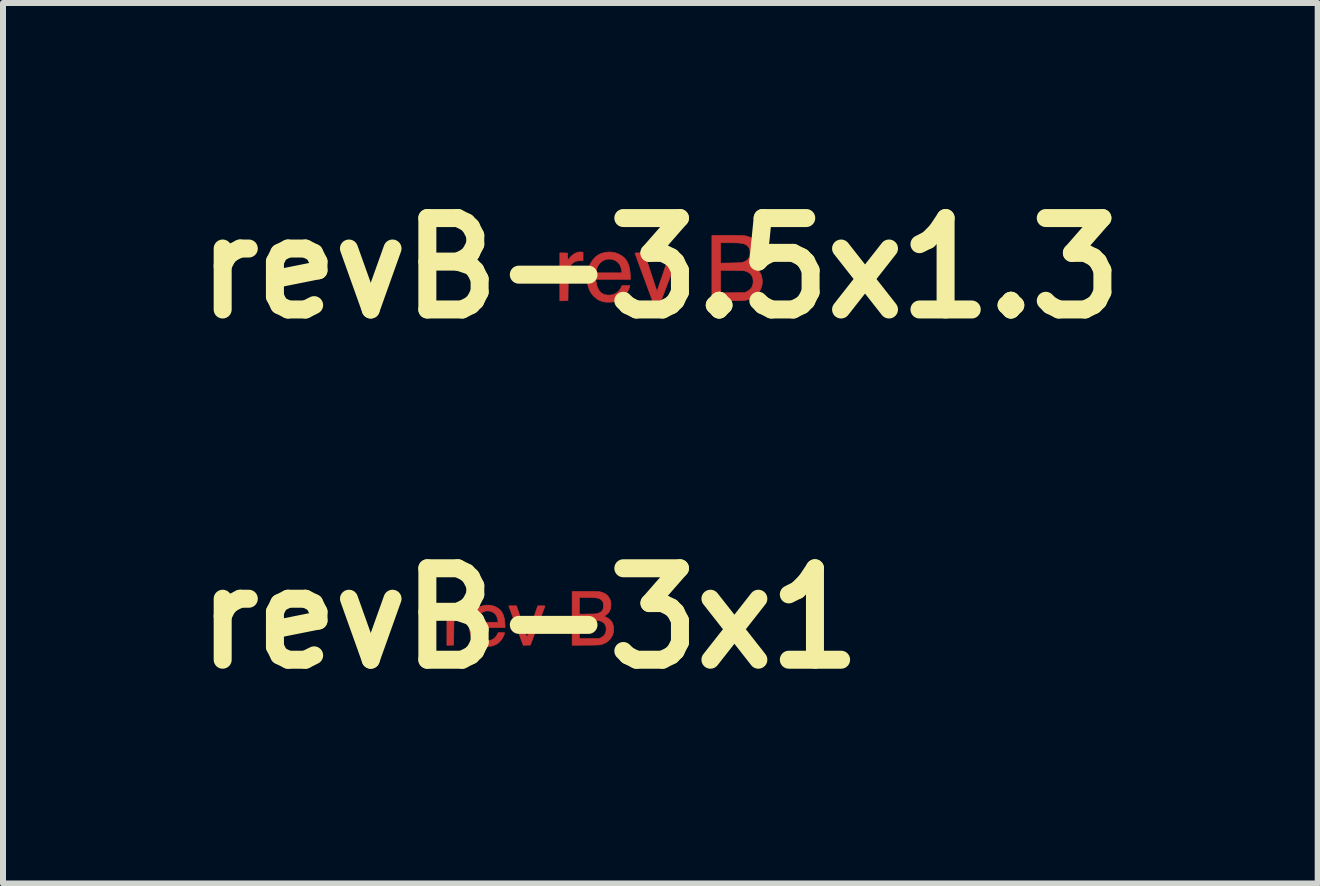
<source format=kicad_pcb>
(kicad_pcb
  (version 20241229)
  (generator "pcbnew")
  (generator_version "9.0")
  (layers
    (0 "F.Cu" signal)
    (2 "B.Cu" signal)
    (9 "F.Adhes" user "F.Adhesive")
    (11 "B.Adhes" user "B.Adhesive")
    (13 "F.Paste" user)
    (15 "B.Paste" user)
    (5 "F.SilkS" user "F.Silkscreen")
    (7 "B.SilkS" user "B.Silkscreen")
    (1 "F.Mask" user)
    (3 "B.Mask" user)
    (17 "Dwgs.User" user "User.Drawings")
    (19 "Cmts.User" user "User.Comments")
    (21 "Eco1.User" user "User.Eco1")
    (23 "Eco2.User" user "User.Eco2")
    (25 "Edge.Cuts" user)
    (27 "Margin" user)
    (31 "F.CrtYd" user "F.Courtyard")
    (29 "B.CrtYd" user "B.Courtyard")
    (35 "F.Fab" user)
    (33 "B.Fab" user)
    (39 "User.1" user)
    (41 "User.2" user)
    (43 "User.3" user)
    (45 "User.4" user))
  (footprint "revB-3x1"
    (layer "F.Cu")
    (at 5.777 7.254)
    (property "Reference" "revB-3x1" (at 0 0 0) (layer "F.SilkS") (effects (font (size 1.524 1.524) (thickness 0.3))))
    (attr through_hole)
    (fp_poly (pts (xy -1.08 -0.221) (xy -1.061 -0.218) (xy -1.061 -0.16) (xy -1.061 -0.102) (xy -1.102 -0.102) (xy -1.139 -0.099) (xy -1.17 -0.089) (xy -1.197 -0.073) (xy -1.218 -0.054) (xy -1.228 -0.043) (xy -1.237 -0.033) (xy -1.244 -0.024) (xy -1.249 -0.014) (xy -1.254 -0.002) (xy -1.257 0.013) (xy -1.26 0.032) (xy -1.261 0.055) (xy -1.263 0.084) (xy -1.264 0.12) (xy -1.264 0.163) (xy -1.265 0.215) (xy -1.265 0.232) (xy -1.268 0.446) (xy -1.38 0.449) (xy -1.38 -0.21) (xy -1.326 -0.208) (xy -1.272 -0.207) (xy -1.27 -0.109) (xy -1.251 -0.133) (xy -1.219 -0.168) (xy -1.185 -0.195) (xy -1.15 -0.213) (xy -1.115 -0.222) (xy -1.08 -0.221)) (stroke (width 0.01) (type solid)) (fill yes) (layer "F.Cu"))
    (fp_poly (pts (xy -0.167 -0.049) (xy -0.153 -0.004) (xy -0.137 0.042) (xy -0.122 0.089) (xy -0.107 0.134) (xy -0.094 0.174) (xy -0.083 0.208) (xy -0.08 0.216) (xy -0.046 0.319) (xy 0.035 0.081) (xy 0.051 0.034) (xy 0.067 -0.012) (xy 0.081 -0.054) (xy 0.094 -0.092) (xy 0.105 -0.125) (xy 0.115 -0.151) (xy 0.121 -0.171) (xy 0.125 -0.182) (xy 0.126 -0.183) (xy 0.135 -0.209) (xy 0.195 -0.209) (xy 0.221 -0.209) (xy 0.24 -0.208) (xy 0.25 -0.206) (xy 0.254 -0.204) (xy 0.254 -0.203) (xy 0.252 -0.197) (xy 0.247 -0.183) (xy 0.239 -0.161) (xy 0.228 -0.132) (xy 0.215 -0.097) (xy 0.2 -0.057) (xy 0.183 -0.011) (xy 0.165 0.038) (xy 0.145 0.09) (xy 0.132 0.125) (xy 0.011 0.446) (xy -0.048 0.447) (xy -0.108 0.449) (xy -0.228 0.122) (xy -0.248 0.068) (xy -0.267 0.016) (xy -0.285 -0.032) (xy -0.301 -0.075) (xy -0.315 -0.114) (xy -0.327 -0.147) (xy -0.337 -0.174) (xy -0.344 -0.193) (xy -0.348 -0.204) (xy -0.349 -0.206) (xy -0.344 -0.207) (xy -0.331 -0.208) (xy -0.312 -0.209) (xy -0.289 -0.209) (xy -0.284 -0.209) (xy -0.22 -0.209) (xy -0.167 -0.049)) (stroke (width 0.01) (type solid)) (fill yes) (layer "F.Cu"))
    (fp_poly (pts (xy -0.664 -0.219) (xy -0.614 -0.209) (xy -0.566 -0.191) (xy -0.564 -0.19) (xy -0.525 -0.167) (xy -0.492 -0.14) (xy -0.466 -0.108) (xy -0.445 -0.07) (xy -0.43 -0.026) (xy -0.419 0.025) (xy -0.413 0.084) (xy -0.412 0.106) (xy -0.41 0.154) (xy -0.887 0.154) (xy -0.884 0.178) (xy -0.874 0.231) (xy -0.859 0.275) (xy -0.838 0.311) (xy -0.813 0.338) (xy -0.782 0.357) (xy -0.77 0.362) (xy -0.738 0.369) (xy -0.702 0.371) (xy -0.667 0.368) (xy -0.635 0.359) (xy -0.63 0.357) (xy -0.596 0.337) (xy -0.568 0.31) (xy -0.545 0.278) (xy -0.54 0.268) (xy -0.527 0.239) (xy -0.419 0.239) (xy -0.421 0.255) (xy -0.425 0.267) (xy -0.432 0.284) (xy -0.441 0.305) (xy -0.445 0.314) (xy -0.472 0.358) (xy -0.506 0.396) (xy -0.545 0.427) (xy -0.591 0.449) (xy -0.631 0.461) (xy -0.659 0.465) (xy -0.691 0.467) (xy -0.725 0.467) (xy -0.756 0.465) (xy -0.781 0.462) (xy -0.785 0.461) (xy -0.815 0.452) (xy -0.839 0.441) (xy -0.864 0.427) (xy -0.88 0.415) (xy -0.919 0.382) (xy -0.951 0.341) (xy -0.976 0.293) (xy -0.992 0.245) (xy -0.998 0.214) (xy -1.002 0.176) (xy -1.003 0.135) (xy -1.002 0.093) (xy -1 0.065) (xy -0.883 0.065) (xy -0.527 0.065) (xy -0.529 0.041) (xy -0.539 -0.005) (xy -0.555 -0.043) (xy -0.578 -0.075) (xy -0.607 -0.099) (xy -0.643 -0.115) (xy -0.647 -0.117) (xy -0.689 -0.124) (xy -0.729 -0.123) (xy -0.766 -0.112) (xy -0.8 -0.094) (xy -0.83 -0.069) (xy -0.853 -0.037) (xy -0.87 0.001) (xy -0.88 0.041) (xy -0.883 0.065) (xy -1 0.065) (xy -0.999 0.054) (xy -0.993 0.021) (xy -0.992 0.017) (xy -0.975 -0.032) (xy -0.951 -0.079) (xy -0.921 -0.12) (xy -0.888 -0.155) (xy -0.858 -0.178) (xy -0.814 -0.2) (xy -0.766 -0.214) (xy -0.715 -0.221) (xy -0.664 -0.219)) (stroke (width 0.01) (type solid)) (fill yes) (layer "F.Cu"))
    (fp_poly (pts (xy 0.981 -0.448) (xy 1.026 -0.448) (xy 1.062 -0.448) (xy 1.092 -0.447) (xy 1.115 -0.447) (xy 1.134 -0.446) (xy 1.149 -0.445) (xy 1.162 -0.444) (xy 1.172 -0.442) (xy 1.182 -0.44) (xy 1.188 -0.438) (xy 1.233 -0.423) (xy 1.271 -0.401) (xy 1.303 -0.372) (xy 1.328 -0.336) (xy 1.333 -0.325) (xy 1.342 -0.306) (xy 1.348 -0.291) (xy 1.351 -0.275) (xy 1.353 -0.256) (xy 1.354 -0.239) (xy 1.352 -0.19) (xy 1.342 -0.146) (xy 1.325 -0.109) (xy 1.299 -0.078) (xy 1.272 -0.057) (xy 1.259 -0.047) (xy 1.249 -0.039) (xy 1.245 -0.035) (xy 1.25 -0.032) (xy 1.261 -0.026) (xy 1.277 -0.018) (xy 1.281 -0.015) (xy 1.321 0.008) (xy 1.352 0.038) (xy 1.376 0.074) (xy 1.391 0.115) (xy 1.399 0.163) (xy 1.399 0.186) (xy 1.395 0.233) (xy 1.381 0.278) (xy 1.359 0.32) (xy 1.33 0.358) (xy 1.295 0.389) (xy 1.267 0.407) (xy 1.246 0.417) (xy 1.22 0.427) (xy 1.197 0.434) (xy 1.187 0.437) (xy 1.177 0.439) (xy 1.167 0.441) (xy 1.154 0.442) (xy 1.139 0.443) (xy 1.119 0.444) (xy 1.094 0.445) (xy 1.064 0.446) (xy 1.026 0.446) (xy 0.98 0.447) (xy 0.933 0.447) (xy 0.707 0.449) (xy 0.707 0.339) (xy 0.827 0.339) (xy 0.992 0.338) (xy 1.158 0.336) (xy 1.192 0.32) (xy 1.225 0.299) (xy 1.249 0.272) (xy 1.265 0.24) (xy 1.273 0.203) (xy 1.274 0.17) (xy 1.268 0.132) (xy 1.254 0.1) (xy 1.232 0.075) (xy 1.203 0.055) (xy 1.176 0.044) (xy 1.166 0.041) (xy 1.156 0.038) (xy 1.145 0.036) (xy 1.131 0.035) (xy 1.114 0.034) (xy 1.091 0.033) (xy 1.062 0.032) (xy 1.026 0.032) (xy 0.985 0.031) (xy 0.827 0.029) (xy 0.827 0.339) (xy 0.707 0.339) (xy 0.707 -0.069) (xy 0.827 -0.069) (xy 0.967 -0.071) (xy 1.01 -0.072) (xy 1.043 -0.072) (xy 1.07 -0.073) (xy 1.09 -0.074) (xy 1.106 -0.076) (xy 1.118 -0.078) (xy 1.129 -0.08) (xy 1.139 -0.083) (xy 1.139 -0.083) (xy 1.174 -0.098) (xy 1.2 -0.118) (xy 1.218 -0.144) (xy 1.228 -0.175) (xy 1.231 -0.211) (xy 1.228 -0.244) (xy 1.221 -0.271) (xy 1.207 -0.293) (xy 1.193 -0.308) (xy 1.179 -0.319) (xy 1.163 -0.327) (xy 1.144 -0.334) (xy 1.122 -0.339) (xy 1.094 -0.343) (xy 1.06 -0.346) (xy 1.018 -0.348) (xy 0.969 -0.348) (xy 0.938 -0.349) (xy 0.827 -0.349) (xy 0.827 -0.069) (xy 0.707 -0.069) (xy 0.707 -0.448) (xy 0.928 -0.448) (xy 0.981 -0.448)) (stroke (width 0.01) (type solid)) (fill yes) (layer "F.Cu")))
  (footprint "revB-3.5x1.3"
    (layer "F.Cu")
    (at 7.954 1.418)
    (property "Reference" "revB-3.5x1.3" (at 0 0 0) (layer "F.SilkS") (effects (font (size 1.524 1.524) (thickness 0.3))))
    (attr through_hole)
    (fp_poly (pts (xy -1.312 -0.268) (xy -1.288 -0.265) (xy -1.288 -0.194) (xy -1.288 -0.124) (xy -1.338 -0.123) (xy -1.383 -0.12) (xy -1.421 -0.109) (xy -1.454 -0.089) (xy -1.479 -0.066) (xy -1.491 -0.052) (xy -1.502 -0.041) (xy -1.51 -0.029) (xy -1.517 -0.017) (xy -1.522 -0.002) (xy -1.526 0.016) (xy -1.529 0.039) (xy -1.532 0.067) (xy -1.533 0.102) (xy -1.534 0.145) (xy -1.535 0.198) (xy -1.536 0.261) (xy -1.536 0.281) (xy -1.539 0.541) (xy -1.607 0.543) (xy -1.675 0.545) (xy -1.675 -0.254) (xy -1.61 -0.253) (xy -1.545 -0.251) (xy -1.543 -0.192) (xy -1.542 -0.133) (xy -1.519 -0.162) (xy -1.48 -0.204) (xy -1.438 -0.237) (xy -1.396 -0.258) (xy -1.353 -0.269) (xy -1.312 -0.268)) (stroke (width 0.01) (type solid)) (fill yes) (layer "F.Cu"))
    (fp_poly (pts (xy -0.203 -0.059) (xy -0.185 -0.005) (xy -0.167 0.051) (xy -0.148 0.108) (xy -0.13 0.163) (xy -0.114 0.212) (xy -0.101 0.253) (xy -0.098 0.262) (xy -0.056 0.388) (xy 0.042 0.099) (xy 0.062 0.041) (xy 0.081 -0.014) (xy 0.098 -0.065) (xy 0.114 -0.112) (xy 0.128 -0.152) (xy 0.139 -0.184) (xy 0.147 -0.208) (xy 0.152 -0.221) (xy 0.153 -0.222) (xy 0.164 -0.254) (xy 0.236 -0.254) (xy 0.269 -0.254) (xy 0.291 -0.252) (xy 0.303 -0.25) (xy 0.308 -0.247) (xy 0.308 -0.246) (xy 0.306 -0.24) (xy 0.3 -0.222) (xy 0.29 -0.196) (xy 0.277 -0.161) (xy 0.262 -0.118) (xy 0.243 -0.069) (xy 0.223 -0.014) (xy 0.2 0.046) (xy 0.176 0.11) (xy 0.161 0.151) (xy 0.013 0.541) (xy -0.059 0.543) (xy -0.131 0.545) (xy -0.277 0.149) (xy -0.302 0.083) (xy -0.325 0.02) (xy -0.346 -0.038) (xy -0.366 -0.092) (xy -0.383 -0.139) (xy -0.397 -0.179) (xy -0.409 -0.211) (xy -0.418 -0.234) (xy -0.422 -0.248) (xy -0.423 -0.251) (xy -0.418 -0.252) (xy -0.402 -0.253) (xy -0.379 -0.254) (xy -0.351 -0.254) (xy -0.345 -0.254) (xy -0.267 -0.254) (xy -0.203 -0.059)) (stroke (width 0.01) (type solid)) (fill yes) (layer "F.Cu"))
    (fp_poly (pts (xy -0.806 -0.266) (xy -0.745 -0.254) (xy -0.688 -0.232) (xy -0.685 -0.23) (xy -0.637 -0.202) (xy -0.598 -0.17) (xy -0.566 -0.131) (xy -0.541 -0.085) (xy -0.522 -0.032) (xy -0.509 0.03) (xy -0.502 0.102) (xy -0.5 0.129) (xy -0.498 0.187) (xy -1.077 0.187) (xy -1.073 0.216) (xy -1.061 0.28) (xy -1.043 0.334) (xy -1.018 0.377) (xy -0.987 0.411) (xy -0.949 0.434) (xy -0.935 0.439) (xy -0.896 0.448) (xy -0.853 0.45) (xy -0.81 0.446) (xy -0.771 0.436) (xy -0.765 0.433) (xy -0.724 0.409) (xy -0.689 0.376) (xy -0.662 0.338) (xy -0.656 0.326) (xy -0.64 0.29) (xy -0.508 0.29) (xy -0.512 0.31) (xy -0.516 0.324) (xy -0.524 0.345) (xy -0.535 0.37) (xy -0.54 0.381) (xy -0.573 0.435) (xy -0.614 0.481) (xy -0.662 0.518) (xy -0.717 0.545) (xy -0.766 0.56) (xy -0.8 0.565) (xy -0.84 0.567) (xy -0.88 0.567) (xy -0.918 0.565) (xy -0.949 0.56) (xy -0.954 0.559) (xy -0.989 0.548) (xy -1.019 0.535) (xy -1.049 0.518) (xy -1.068 0.504) (xy -1.115 0.464) (xy -1.154 0.414) (xy -1.185 0.355) (xy -1.205 0.297) (xy -1.212 0.259) (xy -1.217 0.213) (xy -1.218 0.163) (xy -1.217 0.113) (xy -1.214 0.079) (xy -1.072 0.079) (xy -0.639 0.079) (xy -0.643 0.05) (xy -0.655 -0.006) (xy -0.674 -0.053) (xy -0.702 -0.091) (xy -0.738 -0.12) (xy -0.781 -0.14) (xy -0.786 -0.141) (xy -0.836 -0.151) (xy -0.885 -0.149) (xy -0.931 -0.136) (xy -0.972 -0.114) (xy -1.007 -0.083) (xy -1.036 -0.045) (xy -1.057 0.001) (xy -1.068 0.05) (xy -1.072 0.079) (xy -1.214 0.079) (xy -1.213 0.066) (xy -1.206 0.026) (xy -1.204 0.021) (xy -1.183 -0.039) (xy -1.154 -0.095) (xy -1.119 -0.146) (xy -1.078 -0.189) (xy -1.042 -0.216) (xy -0.989 -0.243) (xy -0.93 -0.26) (xy -0.869 -0.268) (xy -0.806 -0.266)) (stroke (width 0.01) (type solid)) (fill yes) (layer "F.Cu"))
    (fp_poly (pts (xy 1.192 -0.544) (xy 1.245 -0.544) (xy 1.29 -0.544) (xy 1.326 -0.543) (xy 1.354 -0.543) (xy 1.377 -0.542) (xy 1.396 -0.54) (xy 1.411 -0.539) (xy 1.423 -0.537) (xy 1.435 -0.534) (xy 1.442 -0.532) (xy 1.498 -0.513) (xy 1.544 -0.487) (xy 1.582 -0.452) (xy 1.612 -0.408) (xy 1.619 -0.394) (xy 1.63 -0.372) (xy 1.637 -0.353) (xy 1.641 -0.334) (xy 1.643 -0.31) (xy 1.644 -0.29) (xy 1.642 -0.23) (xy 1.63 -0.178) (xy 1.609 -0.133) (xy 1.578 -0.095) (xy 1.545 -0.069) (xy 1.528 -0.057) (xy 1.516 -0.048) (xy 1.512 -0.043) (xy 1.517 -0.039) (xy 1.531 -0.031) (xy 1.55 -0.021) (xy 1.556 -0.019) (xy 1.604 0.01) (xy 1.642 0.046) (xy 1.67 0.09) (xy 1.689 0.14) (xy 1.698 0.198) (xy 1.699 0.226) (xy 1.694 0.283) (xy 1.677 0.338) (xy 1.65 0.389) (xy 1.615 0.435) (xy 1.572 0.473) (xy 1.538 0.495) (xy 1.512 0.506) (xy 1.482 0.518) (xy 1.453 0.527) (xy 1.442 0.53) (xy 1.43 0.533) (xy 1.417 0.535) (xy 1.401 0.537) (xy 1.382 0.538) (xy 1.359 0.539) (xy 1.329 0.54) (xy 1.291 0.541) (xy 1.246 0.542) (xy 1.19 0.542) (xy 1.132 0.543) (xy 0.859 0.545) (xy 0.859 0.412) (xy 1.004 0.412) (xy 1.406 0.408) (xy 1.447 0.388) (xy 1.487 0.363) (xy 1.517 0.33) (xy 1.537 0.291) (xy 1.546 0.246) (xy 1.547 0.206) (xy 1.539 0.16) (xy 1.523 0.122) (xy 1.497 0.091) (xy 1.461 0.067) (xy 1.427 0.053) (xy 1.416 0.049) (xy 1.404 0.046) (xy 1.39 0.044) (xy 1.374 0.042) (xy 1.352 0.041) (xy 1.325 0.04) (xy 1.29 0.039) (xy 1.245 0.038) (xy 1.196 0.038) (xy 1.004 0.035) (xy 1.004 0.412) (xy 0.859 0.412) (xy 0.859 -0.083) (xy 1.004 -0.083) (xy 1.175 -0.086) (xy 1.226 -0.087) (xy 1.267 -0.088) (xy 1.299 -0.089) (xy 1.323 -0.09) (xy 1.343 -0.092) (xy 1.358 -0.094) (xy 1.371 -0.097) (xy 1.384 -0.101) (xy 1.384 -0.101) (xy 1.425 -0.119) (xy 1.457 -0.144) (xy 1.478 -0.175) (xy 1.491 -0.213) (xy 1.494 -0.256) (xy 1.492 -0.297) (xy 1.482 -0.329) (xy 1.465 -0.356) (xy 1.448 -0.374) (xy 1.431 -0.387) (xy 1.412 -0.397) (xy 1.39 -0.406) (xy 1.362 -0.412) (xy 1.328 -0.417) (xy 1.287 -0.42) (xy 1.236 -0.422) (xy 1.176 -0.423) (xy 1.138 -0.423) (xy 1.004 -0.423) (xy 1.004 -0.083) (xy 0.859 -0.083) (xy 0.859 -0.544) (xy 1.127 -0.544) (xy 1.192 -0.544)) (stroke (width 0.01) (type solid)) (fill yes) (layer "F.Cu")))
  (gr_rect
    (start -3 -3)
    (end 18.908 11.672)
    (stroke (width 0.1) (type default))
    (fill no)
    (layer "Edge.Cuts")))
</source>
